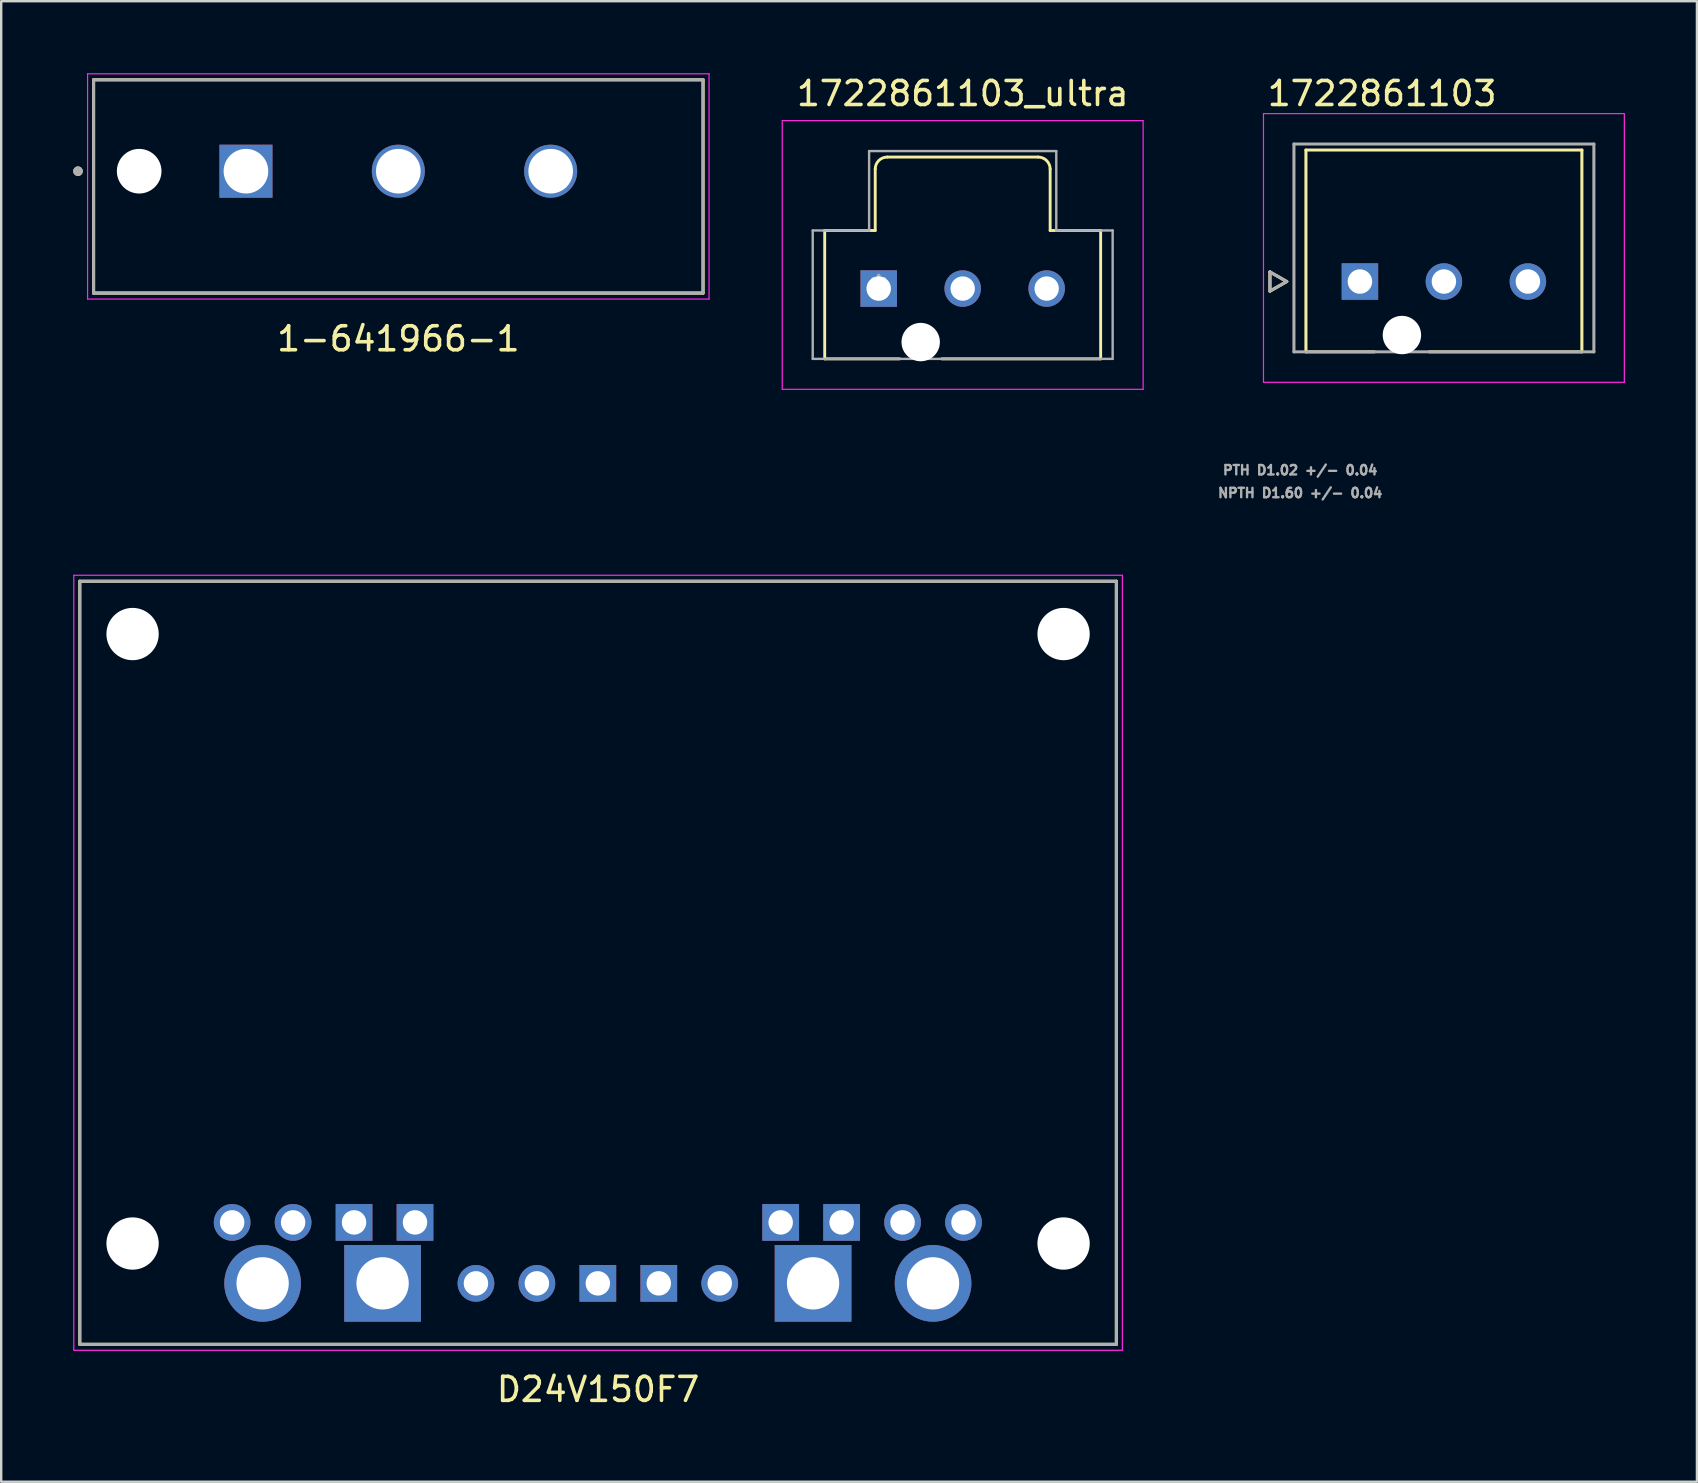
<source format=kicad_pcb>
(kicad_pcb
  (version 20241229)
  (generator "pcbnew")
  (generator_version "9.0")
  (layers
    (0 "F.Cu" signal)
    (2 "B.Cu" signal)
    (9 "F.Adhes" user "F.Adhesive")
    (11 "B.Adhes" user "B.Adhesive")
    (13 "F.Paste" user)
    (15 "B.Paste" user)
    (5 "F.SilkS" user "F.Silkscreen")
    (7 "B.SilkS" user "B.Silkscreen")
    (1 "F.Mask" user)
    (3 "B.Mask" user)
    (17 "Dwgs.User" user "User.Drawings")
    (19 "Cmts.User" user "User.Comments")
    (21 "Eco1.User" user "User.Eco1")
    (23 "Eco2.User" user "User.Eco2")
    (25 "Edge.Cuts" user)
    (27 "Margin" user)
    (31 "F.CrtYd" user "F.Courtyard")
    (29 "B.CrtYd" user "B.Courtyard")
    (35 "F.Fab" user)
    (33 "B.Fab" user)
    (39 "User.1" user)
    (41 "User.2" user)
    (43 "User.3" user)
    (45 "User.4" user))
  (footprint "1722861103"
    (layer "F.Cu")
    (at 53.625 8.683)
    (property "Reference" "1722861103" (at 0.925 -7.835 0) (layer "F.SilkS") (effects (font (size 1 1) (thickness 0.15))))
    (attr through_hole)
    (fp_circle (center 1.75 2.23) (end 2.188 2.23) (stroke (width 0.876) (type solid)) (fill no) (layer "F.Mask"))
    (fp_circle (center 3.5 0) (end 3.918 0) (stroke (width 0.836) (type solid)) (fill no) (layer "F.Mask"))
    (fp_circle (center 7 0) (end 7.418 0) (stroke (width 0.836) (type solid)) (fill no) (layer "F.Mask"))
    (fp_poly (pts (xy -0.836 -0.836) (xy 0.836 -0.836) (xy 0.836 0.836) (xy -0.836 0.836)) (stroke (width 0.01) (type solid)) (fill yes) (layer "F.Mask"))
    (fp_circle (center 1.75 2.23) (end 2.188 2.23) (stroke (width 0.876) (type solid)) (fill no) (layer "B.Mask"))
    (fp_circle (center 3.5 0) (end 3.918 0) (stroke (width 0.836) (type solid)) (fill no) (layer "B.Mask"))
    (fp_circle (center 7 0) (end 7.418 0) (stroke (width 0.836) (type solid)) (fill no) (layer "B.Mask"))
    (fp_poly (pts (xy -0.836 -0.836) (xy 0.836 -0.836) (xy 0.836 0.836) (xy -0.836 0.836)) (stroke (width 0.01) (type solid)) (fill yes) (layer "B.Mask"))
    (fp_line (start -3.75 -0.4) (end -3.75 0.4) (stroke (width 0.127) (type solid)) (layer "F.SilkS"))
    (fp_line (start -3.75 0.4) (end -3.05 0) (stroke (width 0.127) (type solid)) (layer "F.SilkS"))
    (fp_line (start -3.05 0) (end -3.75 -0.4) (stroke (width 0.127) (type solid)) (layer "F.SilkS"))
    (fp_line (start -2.25 -5.48) (end 9.25 -5.48) (stroke (width 0.127) (type solid)) (layer "F.SilkS"))
    (fp_line (start -2.25 2.93) (end -2.25 -5.48) (stroke (width 0.127) (type solid)) (layer "F.SilkS"))
    (fp_line (start 0.6 2.93) (end -2.25 2.93) (stroke (width 0.127) (type solid)) (layer "F.SilkS"))
    (fp_line (start 9.25 -5.48) (end 9.25 2.93) (stroke (width 0.127) (type solid)) (layer "F.SilkS"))
    (fp_line (start 9.25 2.93) (end 2.9 2.93) (stroke (width 0.127) (type solid)) (layer "F.SilkS"))
    (fp_line (start -4.02 -7) (end -4.02 4.2) (stroke (width 0.05) (type solid)) (layer "F.CrtYd"))
    (fp_line (start -4.02 4.2) (end 11.02 4.2) (stroke (width 0.05) (type solid)) (layer "F.CrtYd"))
    (fp_line (start 11.02 -7) (end -4.02 -7) (stroke (width 0.05) (type solid)) (layer "F.CrtYd"))
    (fp_line (start 11.02 4.2) (end 11.02 -7) (stroke (width 0.05) (type solid)) (layer "F.CrtYd"))
    (fp_line (start -3.75 -0.4) (end -3.75 0.4) (stroke (width 0.127) (type solid)) (layer "F.Fab"))
    (fp_line (start -3.75 0.4) (end -3.05 0) (stroke (width 0.127) (type solid)) (layer "F.Fab"))
    (fp_line (start -3.05 0) (end -3.75 -0.4) (stroke (width 0.127) (type solid)) (layer "F.Fab"))
    (fp_line (start -2.75 -5.73) (end -2.75 2.93) (stroke (width 0.127) (type solid)) (layer "F.Fab"))
    (fp_line (start -2.75 2.93) (end 9.75 2.93) (stroke (width 0.127) (type solid)) (layer "F.Fab"))
    (fp_line (start 9.75 -5.73) (end -2.75 -5.73) (stroke (width 0.127) (type solid)) (layer "F.Fab"))
    (fp_line (start 9.75 2.93) (end 9.75 -5.73) (stroke (width 0.127) (type solid)) (layer "F.Fab"))
    (fp_text user "PTH D1.02 +/- 0.04" (at -2.49 7.862 0) (layer "F.Fab") (effects (font (size 0.394 0.394) (thickness 0.15))))
    (fp_text user "NPTH D1.60 +/- 0.04" (at -2.49 8.812 0) (layer "F.Fab") (effects (font (size 0.394 0.394) (thickness 0.15))))
    (pad "" np_thru_hole circle (at 1.75 2.23) (size 1.6 1.6) (drill 1.6) (layers "*.Cu" "*.Mask"))
    (pad "1" thru_hole rect (at 0 0) (size 1.52 1.52) (drill 1.02) (layers "*.Cu"))
    (pad "2" thru_hole circle (at 3.5 0) (size 1.52 1.52) (drill 1.02) (layers "*.Cu"))
    (pad "3" thru_hole circle (at 7 0) (size 1.52 1.52) (drill 1.02) (layers "*.Cu")))
  (footprint "D24V150F7"
    (layer "F.Cu")
    (at 21.875 37.074)
    (property "Reference" "D24V150F7" (at 0 17.78 0) (layer "F.SilkS") (effects (font (size 1 1) (thickness 0.15))))
    (attr through_hole)
    (fp_line (start -21.6 -15.9) (end 21.6 -15.9) (stroke (width 0.127) (type solid)) (layer "F.SilkS"))
    (fp_line (start -21.6 15.9) (end -21.6 -15.9) (stroke (width 0.127) (type solid)) (layer "F.SilkS"))
    (fp_line (start 21.6 -15.9) (end 21.6 15.9) (stroke (width 0.127) (type solid)) (layer "F.SilkS"))
    (fp_line (start 21.6 15.9) (end -21.6 15.9) (stroke (width 0.127) (type solid)) (layer "F.SilkS"))
    (fp_line (start -21.85 -16.15) (end 21.85 -16.15) (stroke (width 0.05) (type solid)) (layer "F.CrtYd"))
    (fp_line (start -21.85 16.15) (end -21.85 -16.15) (stroke (width 0.05) (type solid)) (layer "F.CrtYd"))
    (fp_line (start 21.85 -16.15) (end 21.85 16.15) (stroke (width 0.05) (type solid)) (layer "F.CrtYd"))
    (fp_line (start 21.85 16.15) (end -21.85 16.15) (stroke (width 0.05) (type solid)) (layer "F.CrtYd"))
    (fp_line (start -21.6 -15.9) (end 21.6 -15.9) (stroke (width 0.127) (type solid)) (layer "F.Fab"))
    (fp_line (start -21.6 15.9) (end -21.6 -15.9) (stroke (width 0.127) (type solid)) (layer "F.Fab"))
    (fp_line (start 21.6 -15.9) (end 21.6 15.9) (stroke (width 0.127) (type solid)) (layer "F.Fab"))
    (fp_line (start 21.6 15.9) (end -21.6 15.9) (stroke (width 0.127) (type solid)) (layer "F.Fab"))
    (pad "" np_thru_hole circle (at -19.4 -13.7) (size 2.18 2.18) (drill 2.18) (layers "*.Cu" "*.Mask"))
    (pad "" np_thru_hole circle (at -19.4 11.7) (size 2.18 2.18) (drill 2.18) (layers "*.Cu" "*.Mask"))
    (pad "" np_thru_hole circle (at 19.4 -13.7) (size 2.18 2.18) (drill 2.18) (layers "*.Cu" "*.Mask"))
    (pad "" np_thru_hole circle (at 19.4 11.7) (size 2.18 2.18) (drill 2.18) (layers "*.Cu" "*.Mask"))
    (pad "EN" thru_hole circle (at 5.07 13.36) (size 1.53 1.53) (drill 1.02) (layers "*.Cu" "*.Mask"))
    (pad "GND" thru_hole rect (at -8.98 13.36) (size 3.196 3.196) (drill 2.18) (layers "*.Cu" "*.Mask"))
    (pad "GND1" thru_hole rect (at -10.17 10.82) (size 1.53 1.53) (drill 1.02) (layers "*.Cu" "*.Mask"))
    (pad "GND2" thru_hole rect (at -7.63 10.82) (size 1.53 1.53) (drill 1.02) (layers "*.Cu" "*.Mask"))
    (pad "GND3" thru_hole rect (at -0.01 13.36) (size 1.53 1.53) (drill 1.02) (layers "*.Cu" "*.Mask"))
    (pad "GND4" thru_hole rect (at 2.53 13.36) (size 1.53 1.53) (drill 1.02) (layers "*.Cu" "*.Mask"))
    (pad "GND5" thru_hole rect (at 8.96 13.36) (size 3.196 3.196) (drill 2.18) (layers "*.Cu" "*.Mask"))
    (pad "GND6" thru_hole rect (at 7.61 10.82) (size 1.53 1.53) (drill 1.02) (layers "*.Cu" "*.Mask"))
    (pad "GND7" thru_hole rect (at 10.15 10.82) (size 1.53 1.53) (drill 1.02) (layers "*.Cu" "*.Mask"))
    (pad "MOD" thru_hole circle (at -2.55 13.36) (size 1.53 1.53) (drill 1.02) (layers "*.Cu" "*.Mask"))
    (pad "PG" thru_hole circle (at -5.09 13.36) (size 1.53 1.53) (drill 1.02) (layers "*.Cu" "*.Mask"))
    (pad "VIN" thru_hole circle (at -13.98 13.36) (size 3.196 3.196) (drill 2.18) (layers "*.Cu" "*.Mask"))
    (pad "VIN_1" thru_hole circle (at -15.25 10.82) (size 1.53 1.53) (drill 1.02) (layers "*.Cu" "*.Mask"))
    (pad "VIN_2" thru_hole circle (at -12.71 10.82) (size 1.53 1.53) (drill 1.02) (layers "*.Cu" "*.Mask"))
    (pad "VOUT" thru_hole circle (at 13.96 13.36) (size 3.196 3.196) (drill 2.18) (layers "*.Cu" "*.Mask"))
    (pad "VOUT_1" thru_hole circle (at 12.69 10.82) (size 1.53 1.53) (drill 1.02) (layers "*.Cu" "*.Mask"))
    (pad "VOUT_2" thru_hole circle (at 15.23 10.82) (size 1.53 1.53) (drill 1.02) (layers "*.Cu" "*.Mask")))
  (footprint "1-641966-1"
    (layer "F.Cu")
    (at 13.55 4.085)
    (property "Reference" "1-641966-1" (at 0 6.985 0) (layer "F.SilkS") (effects (font (size 1 1) (thickness 0.15))))
    (attr through_hole)
    (fp_line (start -12.7 5.08) (end -12.7 -3.81) (stroke (width 0.127) (type solid)) (layer "F.SilkS"))
    (fp_line (start 12.7 -3.81) (end -12.7 -3.81) (stroke (width 0.127) (type solid)) (layer "F.SilkS"))
    (fp_line (start 12.7 -3.81) (end 12.7 5.08) (stroke (width 0.127) (type solid)) (layer "F.SilkS"))
    (fp_line (start 12.7 5.08) (end -12.7 5.08) (stroke (width 0.127) (type solid)) (layer "F.SilkS"))
    (fp_circle (center -13.35 0) (end -13.25 0) (stroke (width 0.2) (type solid)) (fill no) (layer "F.SilkS"))
    (fp_line (start -12.95 -4.06) (end 12.95 -4.06) (stroke (width 0.05) (type solid)) (layer "F.CrtYd"))
    (fp_line (start -12.95 5.33) (end -12.95 -4.06) (stroke (width 0.05) (type solid)) (layer "F.CrtYd"))
    (fp_line (start 12.95 -4.06) (end 12.95 5.33) (stroke (width 0.05) (type solid)) (layer "F.CrtYd"))
    (fp_line (start 12.95 5.33) (end -12.95 5.33) (stroke (width 0.05) (type solid)) (layer "F.CrtYd"))
    (fp_line (start -12.7 -3.81) (end 12.7 -3.81) (stroke (width 0.127) (type solid)) (layer "F.Fab"))
    (fp_line (start -12.7 5.08) (end -12.7 -3.81) (stroke (width 0.127) (type solid)) (layer "F.Fab"))
    (fp_line (start -12.7 5.08) (end -12.7 5.08) (stroke (width 0.127) (type solid)) (layer "F.Fab"))
    (fp_line (start -12.7 5.08) (end 12.7 5.08) (stroke (width 0.127) (type solid)) (layer "F.Fab"))
    (fp_line (start 12.7 -3.81) (end 12.7 5.08) (stroke (width 0.127) (type solid)) (layer "F.Fab"))
    (fp_line (start 12.7 5.08) (end -12.7 5.08) (stroke (width 0.127) (type solid)) (layer "F.Fab"))
    (fp_line (start 12.7 5.08) (end 12.7 5.08) (stroke (width 0.127) (type solid)) (layer "F.Fab"))
    (fp_circle (center -13.35 0) (end -13.25 0) (stroke (width 0.2) (type solid)) (fill no) (layer "F.Fab"))
    (pad "" np_thru_hole circle (at -10.8 0) (size 1.86 1.86) (drill 1.86) (layers "*.Cu" "*.Mask"))
    (pad "1" thru_hole rect (at -6.35 0) (size 2.21 2.21) (drill 1.86) (layers "*.Cu" "*.Mask"))
    (pad "2" thru_hole circle (at 0 0) (size 2.21 2.21) (drill 1.86) (layers "*.Cu" "*.Mask"))
    (pad "3" thru_hole circle (at 6.35 0) (size 2.21 2.21) (drill 1.86) (layers "*.Cu" "*.Mask")))
  (footprint "1722861103_ultra"
    (layer "F.Cu")
    (at 37.07 8.976)
    (property "Reference" "1722861103_ultra" (at 0 -8.128 0) (layer "F.SilkS") (effects (font (size 1 1) (thickness 0.15))))
    (attr through_hole)
    (fp_line (start -5.75 -2.42) (end -3.645 -2.42) (stroke (width 0.12) (type solid)) (layer "F.SilkS"))
    (fp_line (start -5.75 2.93) (end -5.75 -2.42) (stroke (width 0.12) (type solid)) (layer "F.SilkS"))
    (fp_line (start -3.645 -2.42) (end -3.645 -4.98) (stroke (width 0.12) (type solid)) (layer "F.SilkS"))
    (fp_line (start -3.145 -5.48) (end 3.145 -5.48) (stroke (width 0.12) (type solid)) (layer "F.SilkS"))
    (fp_line (start -2.624 2.93) (end -5.75 2.93) (stroke (width 0.12) (type solid)) (layer "F.SilkS"))
    (fp_line (start 3.645 -4.98) (end 3.645 -2.42) (stroke (width 0.12) (type solid)) (layer "F.SilkS"))
    (fp_line (start 3.645 -2.42) (end 5.75 -2.42) (stroke (width 0.12) (type solid)) (layer "F.SilkS"))
    (fp_line (start 5.75 -2.42) (end 5.75 2.93) (stroke (width 0.12) (type solid)) (layer "F.SilkS"))
    (fp_line (start 5.75 2.93) (end -0.876 2.93) (stroke (width 0.12) (type solid)) (layer "F.SilkS"))
    (fp_arc (start -3.645026 -4.979999) (mid -3.498579 -5.333552) (end -3.145026 -5.479999) (stroke (width 0.12) (type solid)) (layer "F.SilkS"))
    (fp_arc (start 3.145027 -5.479999) (mid 3.49858 -5.333552) (end 3.645027 -4.979999) (stroke (width 0.12) (type solid)) (layer "F.SilkS"))
    (fp_line (start -7.52 -7) (end -7.52 4.2) (stroke (width 0.05) (type solid)) (layer "F.CrtYd"))
    (fp_line (start -7.52 4.2) (end 7.52 4.2) (stroke (width 0.05) (type solid)) (layer "F.CrtYd"))
    (fp_line (start 7.52 -7) (end -7.52 -7) (stroke (width 0.05) (type solid)) (layer "F.CrtYd"))
    (fp_line (start 7.52 4.2) (end 7.52 -7) (stroke (width 0.05) (type solid)) (layer "F.CrtYd"))
    (fp_line (start -6.25 -2.42) (end -3.9 -2.42) (stroke (width 0.1) (type solid)) (layer "F.Fab"))
    (fp_line (start -6.25 2.93) (end -6.25 -2.42) (stroke (width 0.1) (type solid)) (layer "F.Fab"))
    (fp_line (start -3.9 -5.73) (end 3.9 -5.73) (stroke (width 0.1) (type solid)) (layer "F.Fab"))
    (fp_line (start -3.9 -2.42) (end -3.9 -5.73) (stroke (width 0.1) (type solid)) (layer "F.Fab"))
    (fp_line (start 3.9 -5.73) (end 3.9 -2.42) (stroke (width 0.1) (type solid)) (layer "F.Fab"))
    (fp_line (start 3.9 -2.42) (end 6.25 -2.42) (stroke (width 0.1) (type solid)) (layer "F.Fab"))
    (fp_line (start 6.25 -2.42) (end 6.25 2.93) (stroke (width 0.1) (type solid)) (layer "F.Fab"))
    (fp_line (start 6.25 2.93) (end -6.25 2.93) (stroke (width 0.1) (type solid)) (layer "F.Fab"))
    (fp_text user "*" (at -3.5 0 0) (layer "F.Fab") (effects (font (size 1 1) (thickness 0.15))))
    (pad "" np_thru_hole circle (at -1.75 2.23) (size 1.6 1.6) (drill 1.6) (layers "*.Cu" "*.Mask"))
    (pad "1" thru_hole rect (at -3.5 0) (size 1.52 1.52) (drill 1.02) (layers "*.Cu" "*.Mask"))
    (pad "2" thru_hole circle (at 0.000001 0) (size 1.52 1.52) (drill 1.016) (layers "*.Cu" "*.Mask"))
    (pad "3" thru_hole circle (at 3.5 0) (size 1.52 1.52) (drill 1.016) (layers "*.Cu" "*.Mask")))
  (gr_rect
    (start -3 -3)
    (end 67.67 58.702)
    (stroke (width 0.1) (type default))
    (fill no)
    (layer "Edge.Cuts")))
</source>
